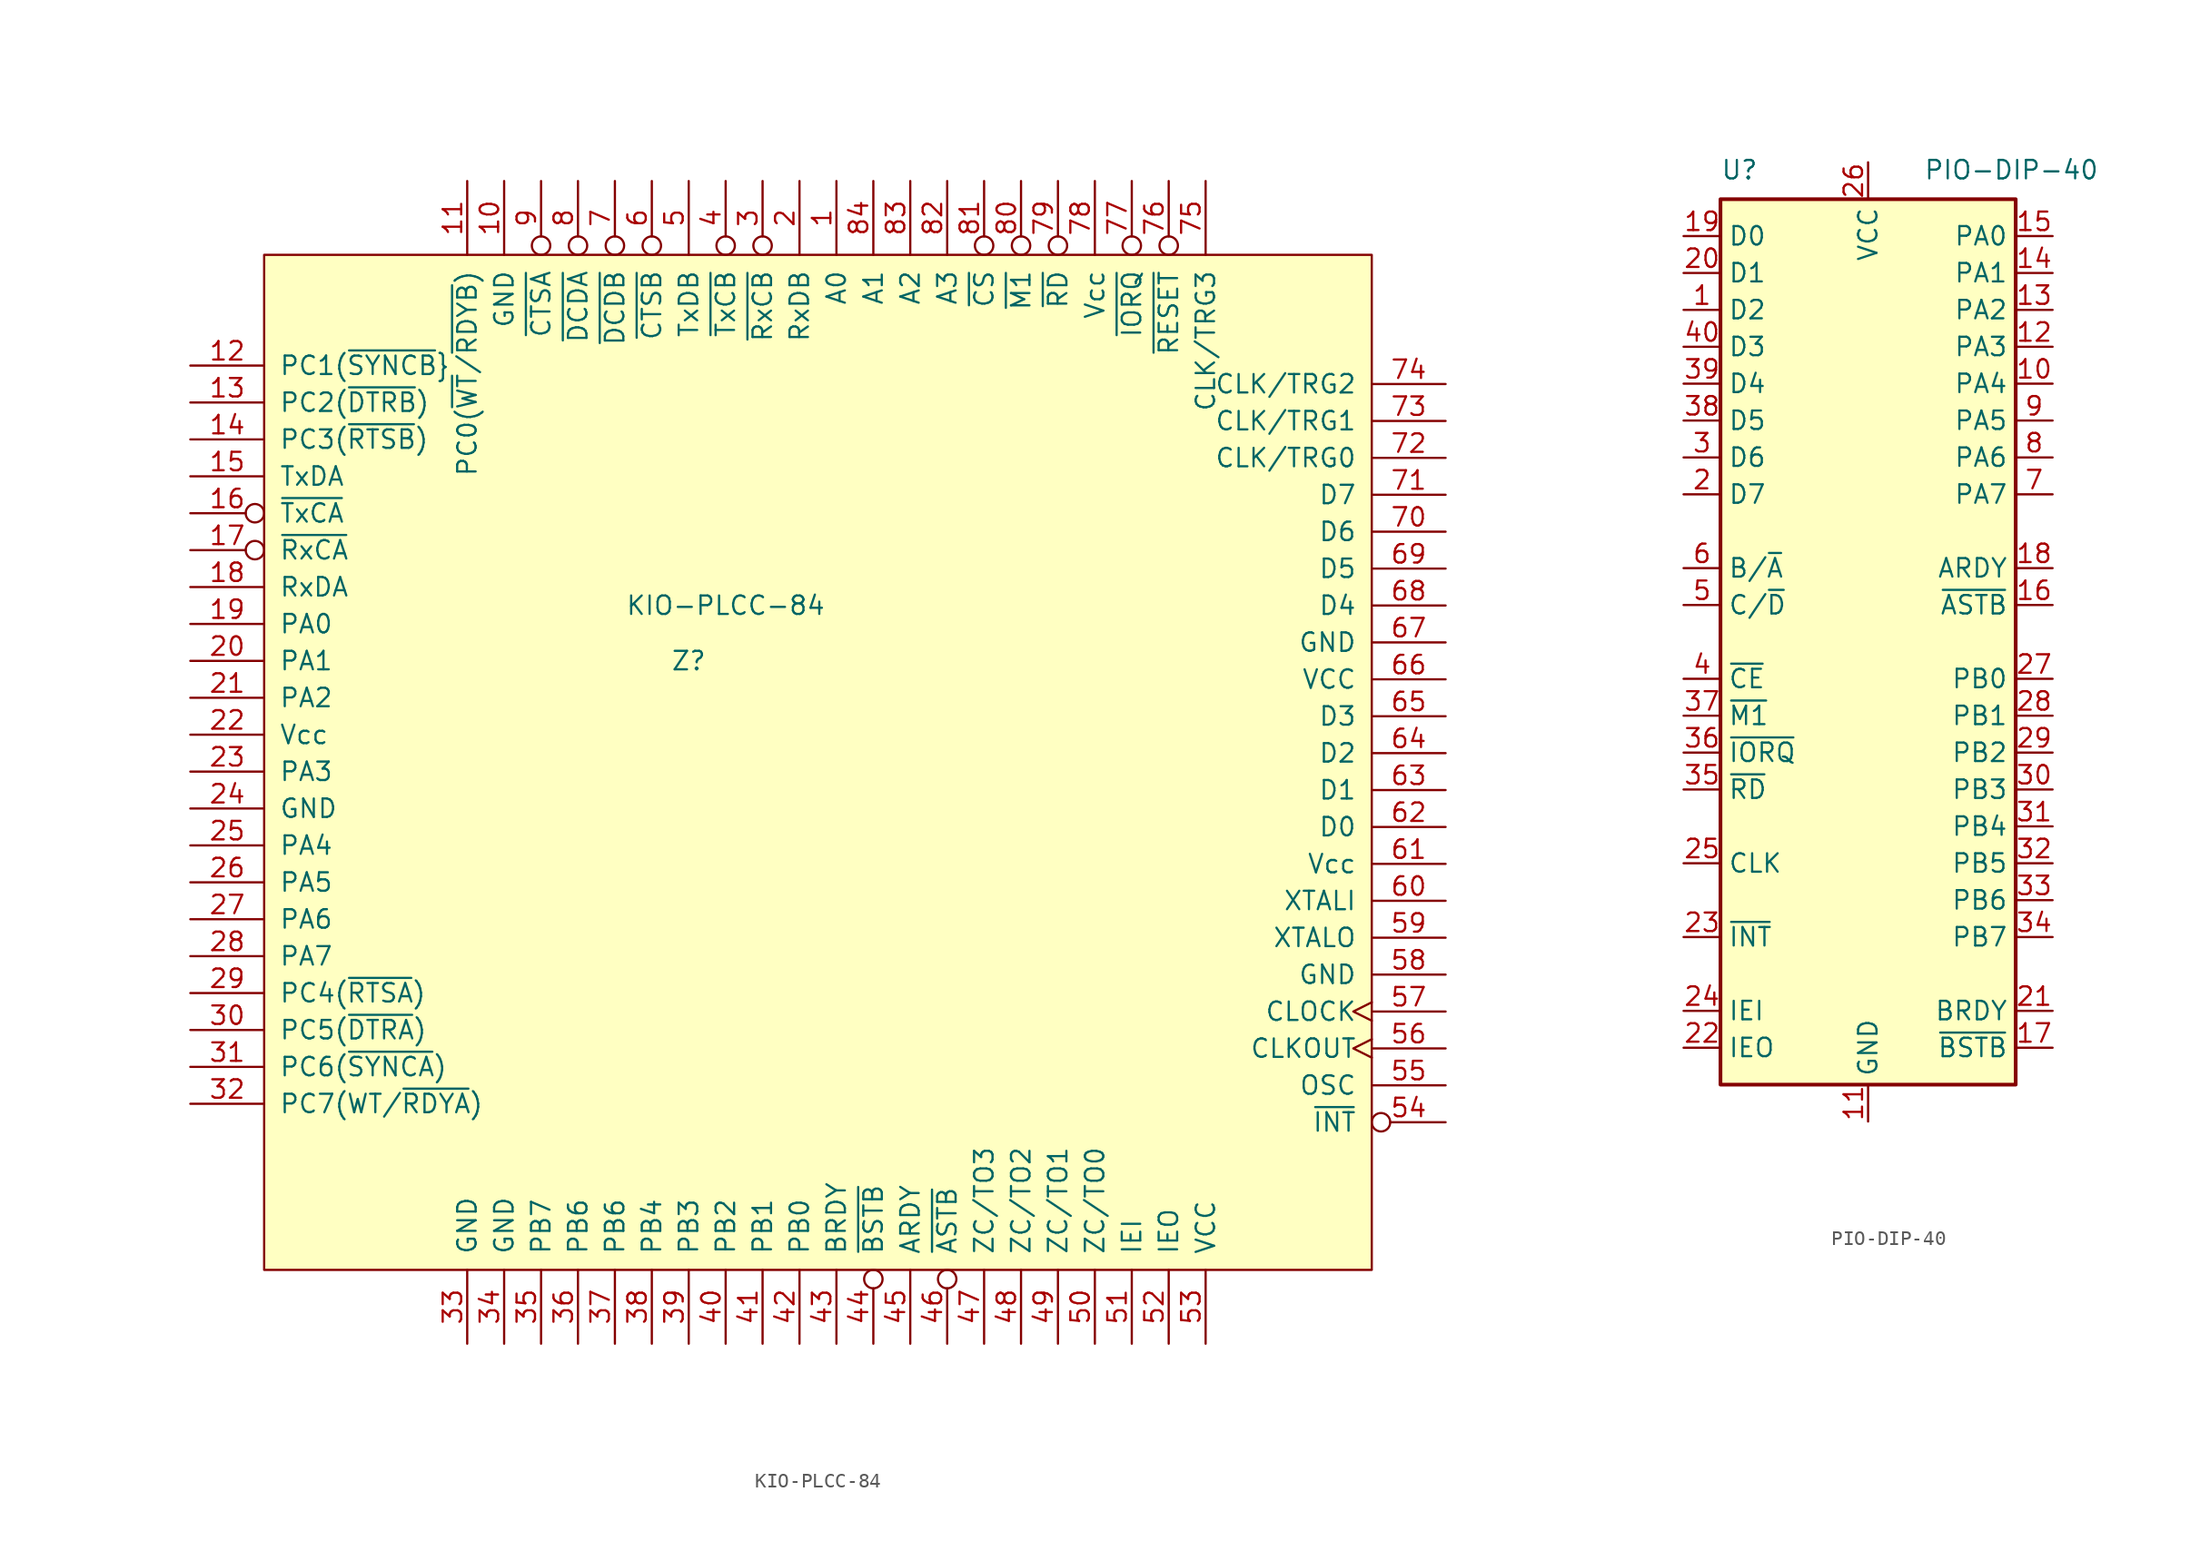
<source format=kicad_sym>
(kicad_symbol_lib
  (version 20220914)
  (generator kicad_symbol_editor)
  (symbol "KIO-PLCC-84"
    (pin_names
      (offset 1.016))
    (property "Reference" "Z"
      (at 29.21 -27.94 0)
      (effects (font (size 1.27 1.27))))
    (property "Value" "KIO-PLCC-84"
      (at 31.75 -24.13 0)
      (effects (font (size 1.27 1.27))))
    (symbol "KIO-PLCC-84_0_1"
      (rectangle (start 0 0) (end 76.2 -69.85) (stroke (width 0) (type solid)) (fill (type background))))
    (symbol "KIO-PLCC-84_1_1"
      (pin input line (at 39.37 5.08 270) (length 5.08) (name "A0" (effects (font (size 1.27 1.27)))) (number "1" (effects (font (size 1.27 1.27)))))
      (pin power_in line (at 16.51 5.08 270) (length 5.08) (name "GND" (effects (font (size 1.27 1.27)))) (number "10" (effects (font (size 1.27 1.27)))))
      (pin tri_state line (at 13.97 5.08 270) (length 5.08) (name "PC0(~{WT}/~{RDYB})" (effects (font (size 1.27 1.27)))) (number "11" (effects (font (size 1.27 1.27)))))
      (pin tri_state line (at -5.08 -7.62 0) (length 5.08) (name "PC1(~{SYNCB}}" (effects (font (size 1.27 1.27)))) (number "12" (effects (font (size 1.27 1.27)))))
      (pin tri_state line (at -5.08 -10.16 0) (length 5.08) (name "PC2(~{DTRB})" (effects (font (size 1.27 1.27)))) (number "13" (effects (font (size 1.27 1.27)))))
      (pin tri_state line (at -5.08 -12.7 0) (length 5.08) (name "PC3(~{RTSB})" (effects (font (size 1.27 1.27)))) (number "14" (effects (font (size 1.27 1.27)))))
      (pin output line (at -5.08 -15.24 0) (length 5.08) (name "TxDA" (effects (font (size 1.27 1.27)))) (number "15" (effects (font (size 1.27 1.27)))))
      (pin input inverted (at -5.08 -17.78 0) (length 5.08) (name "~{TxCA}" (effects (font (size 1.27 1.27)))) (number "16" (effects (font (size 1.27 1.27)))))
      (pin input inverted (at -5.08 -20.32 0) (length 5.08) (name "~{RxCA}" (effects (font (size 1.27 1.27)))) (number "17" (effects (font (size 1.27 1.27)))))
      (pin input line (at -5.08 -22.86 0) (length 5.08) (name "RxDA" (effects (font (size 1.27 1.27)))) (number "18" (effects (font (size 1.27 1.27)))))
      (pin tri_state line (at -5.08 -25.4 0) (length 5.08) (name "PA0" (effects (font (size 1.27 1.27)))) (number "19" (effects (font (size 1.27 1.27)))))
      (pin input line (at 36.83 5.08 270) (length 5.08) (name "RxDB" (effects (font (size 1.27 1.27)))) (number "2" (effects (font (size 1.27 1.27)))))
      (pin tri_state line (at -5.08 -27.94 0) (length 5.08) (name "PA1" (effects (font (size 1.27 1.27)))) (number "20" (effects (font (size 1.27 1.27)))))
      (pin tri_state line (at -5.08 -30.48 0) (length 5.08) (name "PA2" (effects (font (size 1.27 1.27)))) (number "21" (effects (font (size 1.27 1.27)))))
      (pin power_in line (at -5.08 -33.02 0) (length 5.08) (name "Vcc" (effects (font (size 1.27 1.27)))) (number "22" (effects (font (size 1.27 1.27)))))
      (pin tri_state line (at -5.08 -35.56 0) (length 5.08) (name "PA3" (effects (font (size 1.27 1.27)))) (number "23" (effects (font (size 1.27 1.27)))))
      (pin power_in line (at -5.08 -38.1 0) (length 5.08) (name "GND" (effects (font (size 1.27 1.27)))) (number "24" (effects (font (size 1.27 1.27)))))
      (pin tri_state line (at -5.08 -40.64 0) (length 5.08) (name "PA4" (effects (font (size 1.27 1.27)))) (number "25" (effects (font (size 1.27 1.27)))))
      (pin tri_state line (at -5.08 -43.18 0) (length 5.08) (name "PA5" (effects (font (size 1.27 1.27)))) (number "26" (effects (font (size 1.27 1.27)))))
      (pin tri_state line (at -5.08 -45.72 0) (length 5.08) (name "PA6" (effects (font (size 1.27 1.27)))) (number "27" (effects (font (size 1.27 1.27)))))
      (pin tri_state line (at -5.08 -48.26 0) (length 5.08) (name "PA7" (effects (font (size 1.27 1.27)))) (number "28" (effects (font (size 1.27 1.27)))))
      (pin tri_state line (at -5.08 -50.8 0) (length 5.08) (name "PC4(~{RTSA})" (effects (font (size 1.27 1.27)))) (number "29" (effects (font (size 1.27 1.27)))))
      (pin input inverted (at 34.29 5.08 270) (length 5.08) (name "~{RxCB}" (effects (font (size 1.27 1.27)))) (number "3" (effects (font (size 1.27 1.27)))))
      (pin tri_state line (at -5.08 -53.34 0) (length 5.08) (name "PC5(~{DTRA})" (effects (font (size 1.27 1.27)))) (number "30" (effects (font (size 1.27 1.27)))))
      (pin tri_state line (at -5.08 -55.88 0) (length 5.08) (name "PC6(~{SYNCA})" (effects (font (size 1.27 1.27)))) (number "31" (effects (font (size 1.27 1.27)))))
      (pin tri_state line (at -5.08 -58.42 0) (length 5.08) (name "PC7(WT/~{RDYA})" (effects (font (size 1.27 1.27)))) (number "32" (effects (font (size 1.27 1.27)))))
      (pin power_in line (at 13.97 -74.93 90) (length 5.08) (name "GND" (effects (font (size 1.27 1.27)))) (number "33" (effects (font (size 1.27 1.27)))))
      (pin power_in line (at 16.51 -74.93 90) (length 5.08) (name "GND" (effects (font (size 1.27 1.27)))) (number "34" (effects (font (size 1.27 1.27)))))
      (pin tri_state line (at 19.05 -74.93 90) (length 5.08) (name "PB7" (effects (font (size 1.27 1.27)))) (number "35" (effects (font (size 1.27 1.27)))))
      (pin tri_state line (at 21.59 -74.93 90) (length 5.08) (name "PB6" (effects (font (size 1.27 1.27)))) (number "36" (effects (font (size 1.27 1.27)))))
      (pin tri_state line (at 24.13 -74.93 90) (length 5.08) (name "PB6" (effects (font (size 1.27 1.27)))) (number "37" (effects (font (size 1.27 1.27)))))
      (pin tri_state line (at 26.67 -74.93 90) (length 5.08) (name "PB4" (effects (font (size 1.27 1.27)))) (number "38" (effects (font (size 1.27 1.27)))))
      (pin tri_state line (at 29.21 -74.93 90) (length 5.08) (name "PB3" (effects (font (size 1.27 1.27)))) (number "39" (effects (font (size 1.27 1.27)))))
      (pin input inverted (at 31.75 5.08 270) (length 5.08) (name "~{TxCB}" (effects (font (size 1.27 1.27)))) (number "4" (effects (font (size 1.27 1.27)))))
      (pin tri_state line (at 31.75 -74.93 90) (length 5.08) (name "PB2" (effects (font (size 1.27 1.27)))) (number "40" (effects (font (size 1.27 1.27)))))
      (pin tri_state line (at 34.29 -74.93 90) (length 5.08) (name "PB1" (effects (font (size 1.27 1.27)))) (number "41" (effects (font (size 1.27 1.27)))))
      (pin tri_state line (at 36.83 -74.93 90) (length 5.08) (name "PB0" (effects (font (size 1.27 1.27)))) (number "42" (effects (font (size 1.27 1.27)))))
      (pin output line (at 39.37 -74.93 90) (length 5.08) (name "BRDY" (effects (font (size 1.27 1.27)))) (number "43" (effects (font (size 1.27 1.27)))))
      (pin input inverted (at 41.91 -74.93 90) (length 5.08) (name "~{BSTB}" (effects (font (size 1.27 1.27)))) (number "44" (effects (font (size 1.27 1.27)))))
      (pin output line (at 44.45 -74.93 90) (length 5.08) (name "ARDY" (effects (font (size 1.27 1.27)))) (number "45" (effects (font (size 1.27 1.27)))))
      (pin input inverted (at 46.99 -74.93 90) (length 5.08) (name "~{ASTB}" (effects (font (size 1.27 1.27)))) (number "46" (effects (font (size 1.27 1.27)))))
      (pin output line (at 49.53 -74.93 90) (length 5.08) (name "ZC/TO3" (effects (font (size 1.27 1.27)))) (number "47" (effects (font (size 1.27 1.27)))))
      (pin output line (at 52.07 -74.93 90) (length 5.08) (name "ZC/TO2" (effects (font (size 1.27 1.27)))) (number "48" (effects (font (size 1.27 1.27)))))
      (pin output line (at 54.61 -74.93 90) (length 5.08) (name "ZC/TO1" (effects (font (size 1.27 1.27)))) (number "49" (effects (font (size 1.27 1.27)))))
      (pin output line (at 29.21 5.08 270) (length 5.08) (name "TxDB" (effects (font (size 1.27 1.27)))) (number "5" (effects (font (size 1.27 1.27)))))
      (pin output line (at 57.15 -74.93 90) (length 5.08) (name "ZC/TO0" (effects (font (size 1.27 1.27)))) (number "50" (effects (font (size 1.27 1.27)))))
      (pin input line (at 59.69 -74.93 90) (length 5.08) (name "IEI" (effects (font (size 1.27 1.27)))) (number "51" (effects (font (size 1.27 1.27)))))
      (pin output line (at 62.23 -74.93 90) (length 5.08) (name "IEO" (effects (font (size 1.27 1.27)))) (number "52" (effects (font (size 1.27 1.27)))))
      (pin power_in line (at 64.77 -74.93 90) (length 5.08) (name "VCC" (effects (font (size 1.27 1.27)))) (number "53" (effects (font (size 1.27 1.27)))))
      (pin open_collector inverted (at 81.28 -59.69 180) (length 5.08) (name "~{INT}" (effects (font (size 1.27 1.27)))) (number "54" (effects (font (size 1.27 1.27)))))
      (pin output line (at 81.28 -57.15 180) (length 5.08) (name "OSC" (effects (font (size 1.27 1.27)))) (number "55" (effects (font (size 1.27 1.27)))))
      (pin output clock (at 81.28 -54.61 180) (length 5.08) (name "CLKOUT" (effects (font (size 1.27 1.27)))) (number "56" (effects (font (size 1.27 1.27)))))
      (pin input clock (at 81.28 -52.07 180) (length 5.08) (name "CLOCK" (effects (font (size 1.27 1.27)))) (number "57" (effects (font (size 1.27 1.27)))))
      (pin power_in line (at 81.28 -49.53 180) (length 5.08) (name "GND" (effects (font (size 1.27 1.27)))) (number "58" (effects (font (size 1.27 1.27)))))
      (pin output line (at 81.28 -46.99 180) (length 5.08) (name "XTALO" (effects (font (size 1.27 1.27)))) (number "59" (effects (font (size 1.27 1.27)))))
      (pin input inverted (at 26.67 5.08 270) (length 5.08) (name "~{CTSB}" (effects (font (size 1.27 1.27)))) (number "6" (effects (font (size 1.27 1.27)))))
      (pin input line (at 81.28 -44.45 180) (length 5.08) (name "XTALI" (effects (font (size 1.27 1.27)))) (number "60" (effects (font (size 1.27 1.27)))))
      (pin power_in line (at 81.28 -41.91 180) (length 5.08) (name "Vcc" (effects (font (size 1.27 1.27)))) (number "61" (effects (font (size 1.27 1.27)))))
      (pin bidirectional line (at 81.28 -39.37 180) (length 5.08) (name "D0" (effects (font (size 1.27 1.27)))) (number "62" (effects (font (size 1.27 1.27)))))
      (pin bidirectional line (at 81.28 -36.83 180) (length 5.08) (name "D1" (effects (font (size 1.27 1.27)))) (number "63" (effects (font (size 1.27 1.27)))))
      (pin bidirectional line (at 81.28 -34.29 180) (length 5.08) (name "D2" (effects (font (size 1.27 1.27)))) (number "64" (effects (font (size 1.27 1.27)))))
      (pin bidirectional line (at 81.28 -31.75 180) (length 5.08) (name "D3" (effects (font (size 1.27 1.27)))) (number "65" (effects (font (size 1.27 1.27)))))
      (pin power_in line (at 81.28 -29.21 180) (length 5.08) (name "VCC" (effects (font (size 1.27 1.27)))) (number "66" (effects (font (size 1.27 1.27)))))
      (pin power_in line (at 81.28 -26.67 180) (length 5.08) (name "GND" (effects (font (size 1.27 1.27)))) (number "67" (effects (font (size 1.27 1.27)))))
      (pin bidirectional line (at 81.28 -24.13 180) (length 5.08) (name "D4" (effects (font (size 1.27 1.27)))) (number "68" (effects (font (size 1.27 1.27)))))
      (pin bidirectional line (at 81.28 -21.59 180) (length 5.08) (name "D5" (effects (font (size 1.27 1.27)))) (number "69" (effects (font (size 1.27 1.27)))))
      (pin input inverted (at 24.13 5.08 270) (length 5.08) (name "~{DCDB}" (effects (font (size 1.27 1.27)))) (number "7" (effects (font (size 1.27 1.27)))))
      (pin bidirectional line (at 81.28 -19.05 180) (length 5.08) (name "D6" (effects (font (size 1.27 1.27)))) (number "70" (effects (font (size 1.27 1.27)))))
      (pin bidirectional line (at 81.28 -16.51 180) (length 5.08) (name "D7" (effects (font (size 1.27 1.27)))) (number "71" (effects (font (size 1.27 1.27)))))
      (pin input line (at 81.28 -13.97 180) (length 5.08) (name "CLK/TRG0" (effects (font (size 1.27 1.27)))) (number "72" (effects (font (size 1.27 1.27)))))
      (pin input line (at 81.28 -11.43 180) (length 5.08) (name "CLK/TRG1" (effects (font (size 1.27 1.27)))) (number "73" (effects (font (size 1.27 1.27)))))
      (pin input line (at 81.28 -8.89 180) (length 5.08) (name "CLK/TRG2" (effects (font (size 1.27 1.27)))) (number "74" (effects (font (size 1.27 1.27)))))
      (pin input line (at 64.77 5.08 270) (length 5.08) (name "CLK/TRG3" (effects (font (size 1.27 1.27)))) (number "75" (effects (font (size 1.27 1.27)))))
      (pin input inverted (at 62.23 5.08 270) (length 5.08) (name "~{RESET}" (effects (font (size 1.27 1.27)))) (number "76" (effects (font (size 1.27 1.27)))))
      (pin input inverted (at 59.69 5.08 270) (length 5.08) (name "~{IORQ}" (effects (font (size 1.27 1.27)))) (number "77" (effects (font (size 1.27 1.27)))))
      (pin power_in line (at 57.15 5.08 270) (length 5.08) (name "Vcc" (effects (font (size 1.27 1.27)))) (number "78" (effects (font (size 1.27 1.27)))))
      (pin input inverted (at 54.61 5.08 270) (length 5.08) (name "~{RD}" (effects (font (size 1.27 1.27)))) (number "79" (effects (font (size 1.27 1.27)))))
      (pin input inverted (at 21.59 5.08 270) (length 5.08) (name "~{DCDA}" (effects (font (size 1.27 1.27)))) (number "8" (effects (font (size 1.27 1.27)))))
      (pin input inverted (at 52.07 5.08 270) (length 5.08) (name "~{M1}" (effects (font (size 1.27 1.27)))) (number "80" (effects (font (size 1.27 1.27)))))
      (pin input inverted (at 49.53 5.08 270) (length 5.08) (name "~{CS}" (effects (font (size 1.27 1.27)))) (number "81" (effects (font (size 1.27 1.27)))))
      (pin input line (at 46.99 5.08 270) (length 5.08) (name "A3" (effects (font (size 1.27 1.27)))) (number "82" (effects (font (size 1.27 1.27)))))
      (pin input line (at 44.45 5.08 270) (length 5.08) (name "A2" (effects (font (size 1.27 1.27)))) (number "83" (effects (font (size 1.27 1.27)))))
      (pin input line (at 41.91 5.08 270) (length 5.08) (name "A1" (effects (font (size 1.27 1.27)))) (number "84" (effects (font (size 1.27 1.27)))))
      (pin input inverted (at 19.05 5.08 270) (length 5.08) (name "~{CTSA}" (effects (font (size 1.27 1.27)))) (number "9" (effects (font (size 1.27 1.27)))))))
  (symbol "PIO-DIP-40"
    (property "Reference" "U"
      (at 0 1.27 0)
      (effects (font (size 1.27 1.27)) (justify left bottom)))
    (property "Value" "PIO-DIP-40"
      (at 13.97 1.27 0)
      (effects (font (size 1.27 1.27)) (justify left bottom)))
    (symbol "PIO-DIP-40_1_0"
      (rectangle (start 0 0) (end 20.32 -60.96) (stroke (width 0.254) (type solid)) (fill (type background))))
    (symbol "PIO-DIP-40_1_1"
      (pin bidirectional line (at -2.54 -7.62 0) (length 2.54) (name "D2" (effects (font (size 1.27 1.27)))) (number "1" (effects (font (size 1.27 1.27)))))
      (pin bidirectional line (at 22.86 -12.7 180) (length 2.54) (name "PA4" (effects (font (size 1.27 1.27)))) (number "10" (effects (font (size 1.27 1.27)))))
      (pin power_in line (at 10.16 -63.5 90) (length 2.54) (name "GND" (effects (font (size 1.27 1.27)))) (number "11" (effects (font (size 1.27 1.27)))))
      (pin bidirectional line (at 22.86 -10.16 180) (length 2.54) (name "PA3" (effects (font (size 1.27 1.27)))) (number "12" (effects (font (size 1.27 1.27)))))
      (pin bidirectional line (at 22.86 -7.62 180) (length 2.54) (name "PA2" (effects (font (size 1.27 1.27)))) (number "13" (effects (font (size 1.27 1.27)))))
      (pin bidirectional line (at 22.86 -5.08 180) (length 2.54) (name "PA1" (effects (font (size 1.27 1.27)))) (number "14" (effects (font (size 1.27 1.27)))))
      (pin bidirectional line (at 22.86 -2.54 180) (length 2.54) (name "PA0" (effects (font (size 1.27 1.27)))) (number "15" (effects (font (size 1.27 1.27)))))
      (pin input line (at 22.86 -27.94 180) (length 2.54) (name "~{ASTB}" (effects (font (size 1.27 1.27)))) (number "16" (effects (font (size 1.27 1.27)))))
      (pin input line (at 22.86 -58.42 180) (length 2.54) (name "~{BSTB}" (effects (font (size 1.27 1.27)))) (number "17" (effects (font (size 1.27 1.27)))))
      (pin output line (at 22.86 -25.4 180) (length 2.54) (name "ARDY" (effects (font (size 1.27 1.27)))) (number "18" (effects (font (size 1.27 1.27)))))
      (pin bidirectional line (at -2.54 -2.54 0) (length 2.54) (name "D0" (effects (font (size 1.27 1.27)))) (number "19" (effects (font (size 1.27 1.27)))))
      (pin bidirectional line (at -2.54 -20.32 0) (length 2.54) (name "D7" (effects (font (size 1.27 1.27)))) (number "2" (effects (font (size 1.27 1.27)))))
      (pin bidirectional line (at -2.54 -5.08 0) (length 2.54) (name "D1" (effects (font (size 1.27 1.27)))) (number "20" (effects (font (size 1.27 1.27)))))
      (pin output line (at 22.86 -55.88 180) (length 2.54) (name "BRDY" (effects (font (size 1.27 1.27)))) (number "21" (effects (font (size 1.27 1.27)))))
      (pin output line (at -2.54 -58.42 0) (length 2.54) (name "IEO" (effects (font (size 1.27 1.27)))) (number "22" (effects (font (size 1.27 1.27)))))
      (pin open_collector line (at -2.54 -50.8 0) (length 2.54) (name "~{INT}" (effects (font (size 1.27 1.27)))) (number "23" (effects (font (size 1.27 1.27)))))
      (pin input line (at -2.54 -55.88 0) (length 2.54) (name "IEI" (effects (font (size 1.27 1.27)))) (number "24" (effects (font (size 1.27 1.27)))))
      (pin input line (at -2.54 -45.72 0) (length 2.54) (name "CLK" (effects (font (size 1.27 1.27)))) (number "25" (effects (font (size 1.27 1.27)))))
      (pin power_in line (at 10.16 2.54 270) (length 2.54) (name "VCC" (effects (font (size 1.27 1.27)))) (number "26" (effects (font (size 1.27 1.27)))))
      (pin bidirectional line (at 22.86 -33.02 180) (length 2.54) (name "PB0" (effects (font (size 1.27 1.27)))) (number "27" (effects (font (size 1.27 1.27)))))
      (pin bidirectional line (at 22.86 -35.56 180) (length 2.54) (name "PB1" (effects (font (size 1.27 1.27)))) (number "28" (effects (font (size 1.27 1.27)))))
      (pin bidirectional line (at 22.86 -38.1 180) (length 2.54) (name "PB2" (effects (font (size 1.27 1.27)))) (number "29" (effects (font (size 1.27 1.27)))))
      (pin bidirectional line (at -2.54 -17.78 0) (length 2.54) (name "D6" (effects (font (size 1.27 1.27)))) (number "3" (effects (font (size 1.27 1.27)))))
      (pin bidirectional line (at 22.86 -40.64 180) (length 2.54) (name "PB3" (effects (font (size 1.27 1.27)))) (number "30" (effects (font (size 1.27 1.27)))))
      (pin bidirectional line (at 22.86 -43.18 180) (length 2.54) (name "PB4" (effects (font (size 1.27 1.27)))) (number "31" (effects (font (size 1.27 1.27)))))
      (pin bidirectional line (at 22.86 -45.72 180) (length 2.54) (name "PB5" (effects (font (size 1.27 1.27)))) (number "32" (effects (font (size 1.27 1.27)))))
      (pin bidirectional line (at 22.86 -48.26 180) (length 2.54) (name "PB6" (effects (font (size 1.27 1.27)))) (number "33" (effects (font (size 1.27 1.27)))))
      (pin bidirectional line (at 22.86 -50.8 180) (length 2.54) (name "PB7" (effects (font (size 1.27 1.27)))) (number "34" (effects (font (size 1.27 1.27)))))
      (pin input line (at -2.54 -40.64 0) (length 2.54) (name "~{RD}" (effects (font (size 1.27 1.27)))) (number "35" (effects (font (size 1.27 1.27)))))
      (pin input line (at -2.54 -38.1 0) (length 2.54) (name "~{IORQ}" (effects (font (size 1.27 1.27)))) (number "36" (effects (font (size 1.27 1.27)))))
      (pin input line (at -2.54 -35.56 0) (length 2.54) (name "~{M1}" (effects (font (size 1.27 1.27)))) (number "37" (effects (font (size 1.27 1.27)))))
      (pin bidirectional line (at -2.54 -15.24 0) (length 2.54) (name "D5" (effects (font (size 1.27 1.27)))) (number "38" (effects (font (size 1.27 1.27)))))
      (pin bidirectional line (at -2.54 -12.7 0) (length 2.54) (name "D4" (effects (font (size 1.27 1.27)))) (number "39" (effects (font (size 1.27 1.27)))))
      (pin input line (at -2.54 -33.02 0) (length 2.54) (name "~{CE}" (effects (font (size 1.27 1.27)))) (number "4" (effects (font (size 1.27 1.27)))))
      (pin bidirectional line (at -2.54 -10.16 0) (length 2.54) (name "D3" (effects (font (size 1.27 1.27)))) (number "40" (effects (font (size 1.27 1.27)))))
      (pin input line (at -2.54 -27.94 0) (length 2.54) (name "C/~{D}" (effects (font (size 1.27 1.27)))) (number "5" (effects (font (size 1.27 1.27)))))
      (pin input line (at -2.54 -25.4 0) (length 2.54) (name "B/~{A}" (effects (font (size 1.27 1.27)))) (number "6" (effects (font (size 1.27 1.27)))))
      (pin bidirectional line (at 22.86 -20.32 180) (length 2.54) (name "PA7" (effects (font (size 1.27 1.27)))) (number "7" (effects (font (size 1.27 1.27)))))
      (pin bidirectional line (at 22.86 -17.78 180) (length 2.54) (name "PA6" (effects (font (size 1.27 1.27)))) (number "8" (effects (font (size 1.27 1.27)))))
      (pin bidirectional line (at 22.86 -15.24 180) (length 2.54) (name "PA5" (effects (font (size 1.27 1.27)))) (number "9" (effects (font (size 1.27 1.27))))))))
</source>
